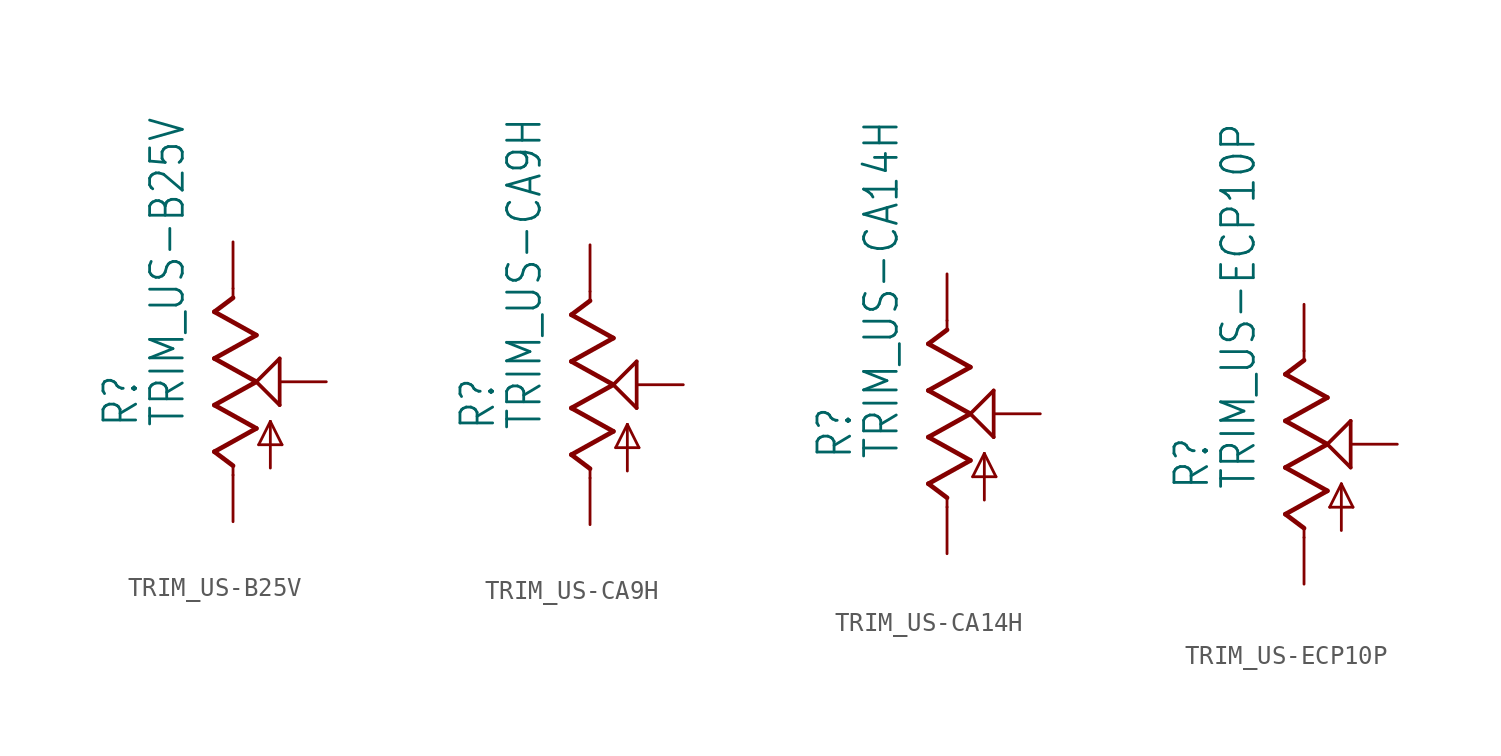
<source format=kicad_sym>
(kicad_symbol_lib
  (version 20211014)
  (generator kicad_symbol_editor)
  (symbol "TRIM_US-B25V"
    (property "Reference" "R"
      (at -5.08 -2.54 90)
      (effects (font (size 1.778 1.511)) (justify left bottom)))
    (property "Value" "TRIM_US-B25V"
      (at -2.54 -2.54 90)
      (effects (font (size 1.778 1.511)) (justify left bottom)))
    (property "ki_locked" ""
      (at 0 0 0)
      (effects (font (size 1.27 1.27))))
    (symbol "TRIM_US-B25V_1_0"
      (polyline (pts (xy -1.016 -3.81) (xy 1.27 -2.54)) (stroke (width 0.254) (type default) (color 0 0 0 0)) (fill (type none)))
      (polyline (pts (xy -1.016 -1.27) (xy 1.27 0)) (stroke (width 0.254) (type default) (color 0 0 0 0)) (fill (type none)))
      (polyline (pts (xy -1.016 1.27) (xy 1.27 2.54)) (stroke (width 0.254) (type default) (color 0 0 0 0)) (fill (type none)))
      (polyline (pts (xy -1.016 3.81) (xy 0 4.572)) (stroke (width 0.254) (type default) (color 0 0 0 0)) (fill (type none)))
      (polyline (pts (xy 0 -5.08) (xy 0 -4.572)) (stroke (width 0.152) (type default) (color 0 0 0 0)) (fill (type none)))
      (polyline (pts (xy 0 -4.572) (xy -1.016 -3.81)) (stroke (width 0.254) (type default) (color 0 0 0 0)) (fill (type none)))
      (polyline (pts (xy 0 4.572) (xy 0 5.08)) (stroke (width 0.152) (type default) (color 0 0 0 0)) (fill (type none)))
      (polyline (pts (xy 1.27 -2.54) (xy -1.016 -1.27)) (stroke (width 0.254) (type default) (color 0 0 0 0)) (fill (type none)))
      (polyline (pts (xy 1.27 0) (xy -1.016 1.27)) (stroke (width 0.254) (type default) (color 0 0 0 0)) (fill (type none)))
      (polyline (pts (xy 1.27 0) (xy 2.54 1.27)) (stroke (width 0.203) (type default) (color 0 0 0 0)) (fill (type none)))
      (polyline (pts (xy 1.27 2.54) (xy -1.016 3.81)) (stroke (width 0.254) (type default) (color 0 0 0 0)) (fill (type none)))
      (polyline (pts (xy 1.397 -3.429) (xy 2.032 -2.159)) (stroke (width 0.152) (type default) (color 0 0 0 0)) (fill (type none)))
      (polyline (pts (xy 2.032 -4.699) (xy 2.032 -2.159)) (stroke (width 0.152) (type default) (color 0 0 0 0)) (fill (type none)))
      (polyline (pts (xy 2.032 -2.159) (xy 2.667 -3.429)) (stroke (width 0.152) (type default) (color 0 0 0 0)) (fill (type none)))
      (polyline (pts (xy 2.54 -1.27) (xy 1.27 0)) (stroke (width 0.203) (type default) (color 0 0 0 0)) (fill (type none)))
      (polyline (pts (xy 2.54 1.27) (xy 2.54 -1.27)) (stroke (width 0.203) (type default) (color 0 0 0 0)) (fill (type none)))
      (polyline (pts (xy 2.667 -3.429) (xy 1.397 -3.429)) (stroke (width 0.152) (type default) (color 0 0 0 0)) (fill (type none)))
      (pin passive line (at 0 -7.62 90) (length 2.54) (name "A" (effects (font (size 0 0)))) (number "A" (effects (font (size 0 0)))))
      (pin passive line (at 0 7.62 270) (length 2.54) (name "E" (effects (font (size 0 0)))) (number "E" (effects (font (size 0 0)))))
      (pin passive line (at 5.08 0 180) (length 2.54) (name "S" (effects (font (size 0 0)))) (number "S" (effects (font (size 0 0)))))))
  (symbol "TRIM_US-CA9H"
    (property "Reference" "R"
      (at -5.08 -2.54 90)
      (effects (font (size 1.778 1.511)) (justify left bottom)))
    (property "Value" "TRIM_US-CA9H"
      (at -2.54 -2.54 90)
      (effects (font (size 1.778 1.511)) (justify left bottom)))
    (property "ki_locked" ""
      (at 0 0 0)
      (effects (font (size 1.27 1.27))))
    (symbol "TRIM_US-CA9H_1_0"
      (polyline (pts (xy -1.016 -3.81) (xy 1.27 -2.54)) (stroke (width 0.254) (type default) (color 0 0 0 0)) (fill (type none)))
      (polyline (pts (xy -1.016 -1.27) (xy 1.27 0)) (stroke (width 0.254) (type default) (color 0 0 0 0)) (fill (type none)))
      (polyline (pts (xy -1.016 1.27) (xy 1.27 2.54)) (stroke (width 0.254) (type default) (color 0 0 0 0)) (fill (type none)))
      (polyline (pts (xy -1.016 3.81) (xy 0 4.572)) (stroke (width 0.254) (type default) (color 0 0 0 0)) (fill (type none)))
      (polyline (pts (xy 0 -5.08) (xy 0 -4.572)) (stroke (width 0.152) (type default) (color 0 0 0 0)) (fill (type none)))
      (polyline (pts (xy 0 -4.572) (xy -1.016 -3.81)) (stroke (width 0.254) (type default) (color 0 0 0 0)) (fill (type none)))
      (polyline (pts (xy 0 4.572) (xy 0 5.08)) (stroke (width 0.152) (type default) (color 0 0 0 0)) (fill (type none)))
      (polyline (pts (xy 1.27 -2.54) (xy -1.016 -1.27)) (stroke (width 0.254) (type default) (color 0 0 0 0)) (fill (type none)))
      (polyline (pts (xy 1.27 0) (xy -1.016 1.27)) (stroke (width 0.254) (type default) (color 0 0 0 0)) (fill (type none)))
      (polyline (pts (xy 1.27 0) (xy 2.54 1.27)) (stroke (width 0.203) (type default) (color 0 0 0 0)) (fill (type none)))
      (polyline (pts (xy 1.27 2.54) (xy -1.016 3.81)) (stroke (width 0.254) (type default) (color 0 0 0 0)) (fill (type none)))
      (polyline (pts (xy 1.397 -3.429) (xy 2.032 -2.159)) (stroke (width 0.152) (type default) (color 0 0 0 0)) (fill (type none)))
      (polyline (pts (xy 2.032 -4.699) (xy 2.032 -2.159)) (stroke (width 0.152) (type default) (color 0 0 0 0)) (fill (type none)))
      (polyline (pts (xy 2.032 -2.159) (xy 2.667 -3.429)) (stroke (width 0.152) (type default) (color 0 0 0 0)) (fill (type none)))
      (polyline (pts (xy 2.54 -1.27) (xy 1.27 0)) (stroke (width 0.203) (type default) (color 0 0 0 0)) (fill (type none)))
      (polyline (pts (xy 2.54 1.27) (xy 2.54 -1.27)) (stroke (width 0.203) (type default) (color 0 0 0 0)) (fill (type none)))
      (polyline (pts (xy 2.667 -3.429) (xy 1.397 -3.429)) (stroke (width 0.152) (type default) (color 0 0 0 0)) (fill (type none)))
      (pin passive line (at 0 -7.62 90) (length 2.54) (name "A" (effects (font (size 0 0)))) (number "A" (effects (font (size 0 0)))))
      (pin passive line (at 0 7.62 270) (length 2.54) (name "E" (effects (font (size 0 0)))) (number "E" (effects (font (size 0 0)))))
      (pin passive line (at 5.08 0 180) (length 2.54) (name "S" (effects (font (size 0 0)))) (number "S" (effects (font (size 0 0)))))))
  (symbol "TRIM_US-CA14H"
    (property "Reference" "R"
      (at -5.08 -2.54 90)
      (effects (font (size 1.778 1.511)) (justify left bottom)))
    (property "Value" "TRIM_US-CA14H"
      (at -2.54 -2.54 90)
      (effects (font (size 1.778 1.511)) (justify left bottom)))
    (property "ki_locked" ""
      (at 0 0 0)
      (effects (font (size 1.27 1.27))))
    (symbol "TRIM_US-CA14H_1_0"
      (polyline (pts (xy -1.016 -3.81) (xy 1.27 -2.54)) (stroke (width 0.254) (type default) (color 0 0 0 0)) (fill (type none)))
      (polyline (pts (xy -1.016 -1.27) (xy 1.27 0)) (stroke (width 0.254) (type default) (color 0 0 0 0)) (fill (type none)))
      (polyline (pts (xy -1.016 1.27) (xy 1.27 2.54)) (stroke (width 0.254) (type default) (color 0 0 0 0)) (fill (type none)))
      (polyline (pts (xy -1.016 3.81) (xy 0 4.572)) (stroke (width 0.254) (type default) (color 0 0 0 0)) (fill (type none)))
      (polyline (pts (xy 0 -5.08) (xy 0 -4.572)) (stroke (width 0.152) (type default) (color 0 0 0 0)) (fill (type none)))
      (polyline (pts (xy 0 -4.572) (xy -1.016 -3.81)) (stroke (width 0.254) (type default) (color 0 0 0 0)) (fill (type none)))
      (polyline (pts (xy 0 4.572) (xy 0 5.08)) (stroke (width 0.152) (type default) (color 0 0 0 0)) (fill (type none)))
      (polyline (pts (xy 1.27 -2.54) (xy -1.016 -1.27)) (stroke (width 0.254) (type default) (color 0 0 0 0)) (fill (type none)))
      (polyline (pts (xy 1.27 0) (xy -1.016 1.27)) (stroke (width 0.254) (type default) (color 0 0 0 0)) (fill (type none)))
      (polyline (pts (xy 1.27 0) (xy 2.54 1.27)) (stroke (width 0.203) (type default) (color 0 0 0 0)) (fill (type none)))
      (polyline (pts (xy 1.27 2.54) (xy -1.016 3.81)) (stroke (width 0.254) (type default) (color 0 0 0 0)) (fill (type none)))
      (polyline (pts (xy 1.397 -3.429) (xy 2.032 -2.159)) (stroke (width 0.152) (type default) (color 0 0 0 0)) (fill (type none)))
      (polyline (pts (xy 2.032 -4.699) (xy 2.032 -2.159)) (stroke (width 0.152) (type default) (color 0 0 0 0)) (fill (type none)))
      (polyline (pts (xy 2.032 -2.159) (xy 2.667 -3.429)) (stroke (width 0.152) (type default) (color 0 0 0 0)) (fill (type none)))
      (polyline (pts (xy 2.54 -1.27) (xy 1.27 0)) (stroke (width 0.203) (type default) (color 0 0 0 0)) (fill (type none)))
      (polyline (pts (xy 2.54 1.27) (xy 2.54 -1.27)) (stroke (width 0.203) (type default) (color 0 0 0 0)) (fill (type none)))
      (polyline (pts (xy 2.667 -3.429) (xy 1.397 -3.429)) (stroke (width 0.152) (type default) (color 0 0 0 0)) (fill (type none)))
      (pin passive line (at 0 -7.62 90) (length 2.54) (name "A" (effects (font (size 0 0)))) (number "A" (effects (font (size 0 0)))))
      (pin passive line (at 0 7.62 270) (length 2.54) (name "E" (effects (font (size 0 0)))) (number "E" (effects (font (size 0 0)))))
      (pin passive line (at 5.08 0 180) (length 2.54) (name "S" (effects (font (size 0 0)))) (number "S" (effects (font (size 0 0)))))))
  (symbol "TRIM_US-ECP10P"
    (property "Reference" "R"
      (at -5.08 -2.54 90)
      (effects (font (size 1.778 1.511)) (justify left bottom)))
    (property "Value" "TRIM_US-ECP10P"
      (at -2.54 -2.54 90)
      (effects (font (size 1.778 1.511)) (justify left bottom)))
    (property "ki_locked" ""
      (at 0 0 0)
      (effects (font (size 1.27 1.27))))
    (symbol "TRIM_US-ECP10P_1_0"
      (polyline (pts (xy -1.016 -3.81) (xy 1.27 -2.54)) (stroke (width 0.254) (type default) (color 0 0 0 0)) (fill (type none)))
      (polyline (pts (xy -1.016 -1.27) (xy 1.27 0)) (stroke (width 0.254) (type default) (color 0 0 0 0)) (fill (type none)))
      (polyline (pts (xy -1.016 1.27) (xy 1.27 2.54)) (stroke (width 0.254) (type default) (color 0 0 0 0)) (fill (type none)))
      (polyline (pts (xy -1.016 3.81) (xy 0 4.572)) (stroke (width 0.254) (type default) (color 0 0 0 0)) (fill (type none)))
      (polyline (pts (xy 0 -5.08) (xy 0 -4.572)) (stroke (width 0.152) (type default) (color 0 0 0 0)) (fill (type none)))
      (polyline (pts (xy 0 -4.572) (xy -1.016 -3.81)) (stroke (width 0.254) (type default) (color 0 0 0 0)) (fill (type none)))
      (polyline (pts (xy 0 4.572) (xy 0 5.08)) (stroke (width 0.152) (type default) (color 0 0 0 0)) (fill (type none)))
      (polyline (pts (xy 1.27 -2.54) (xy -1.016 -1.27)) (stroke (width 0.254) (type default) (color 0 0 0 0)) (fill (type none)))
      (polyline (pts (xy 1.27 0) (xy -1.016 1.27)) (stroke (width 0.254) (type default) (color 0 0 0 0)) (fill (type none)))
      (polyline (pts (xy 1.27 0) (xy 2.54 1.27)) (stroke (width 0.203) (type default) (color 0 0 0 0)) (fill (type none)))
      (polyline (pts (xy 1.27 2.54) (xy -1.016 3.81)) (stroke (width 0.254) (type default) (color 0 0 0 0)) (fill (type none)))
      (polyline (pts (xy 1.397 -3.429) (xy 2.032 -2.159)) (stroke (width 0.152) (type default) (color 0 0 0 0)) (fill (type none)))
      (polyline (pts (xy 2.032 -4.699) (xy 2.032 -2.159)) (stroke (width 0.152) (type default) (color 0 0 0 0)) (fill (type none)))
      (polyline (pts (xy 2.032 -2.159) (xy 2.667 -3.429)) (stroke (width 0.152) (type default) (color 0 0 0 0)) (fill (type none)))
      (polyline (pts (xy 2.54 -1.27) (xy 1.27 0)) (stroke (width 0.203) (type default) (color 0 0 0 0)) (fill (type none)))
      (polyline (pts (xy 2.54 1.27) (xy 2.54 -1.27)) (stroke (width 0.203) (type default) (color 0 0 0 0)) (fill (type none)))
      (polyline (pts (xy 2.667 -3.429) (xy 1.397 -3.429)) (stroke (width 0.152) (type default) (color 0 0 0 0)) (fill (type none)))
      (pin passive line (at 0 -7.62 90) (length 2.54) (name "A" (effects (font (size 0 0)))) (number "A" (effects (font (size 0 0)))))
      (pin passive line (at 0 7.62 270) (length 2.54) (name "E" (effects (font (size 0 0)))) (number "E" (effects (font (size 0 0)))))
      (pin passive line (at 5.08 0 180) (length 2.54) (name "S" (effects (font (size 0 0)))) (number "S" (effects (font (size 0 0))))))))
</source>
